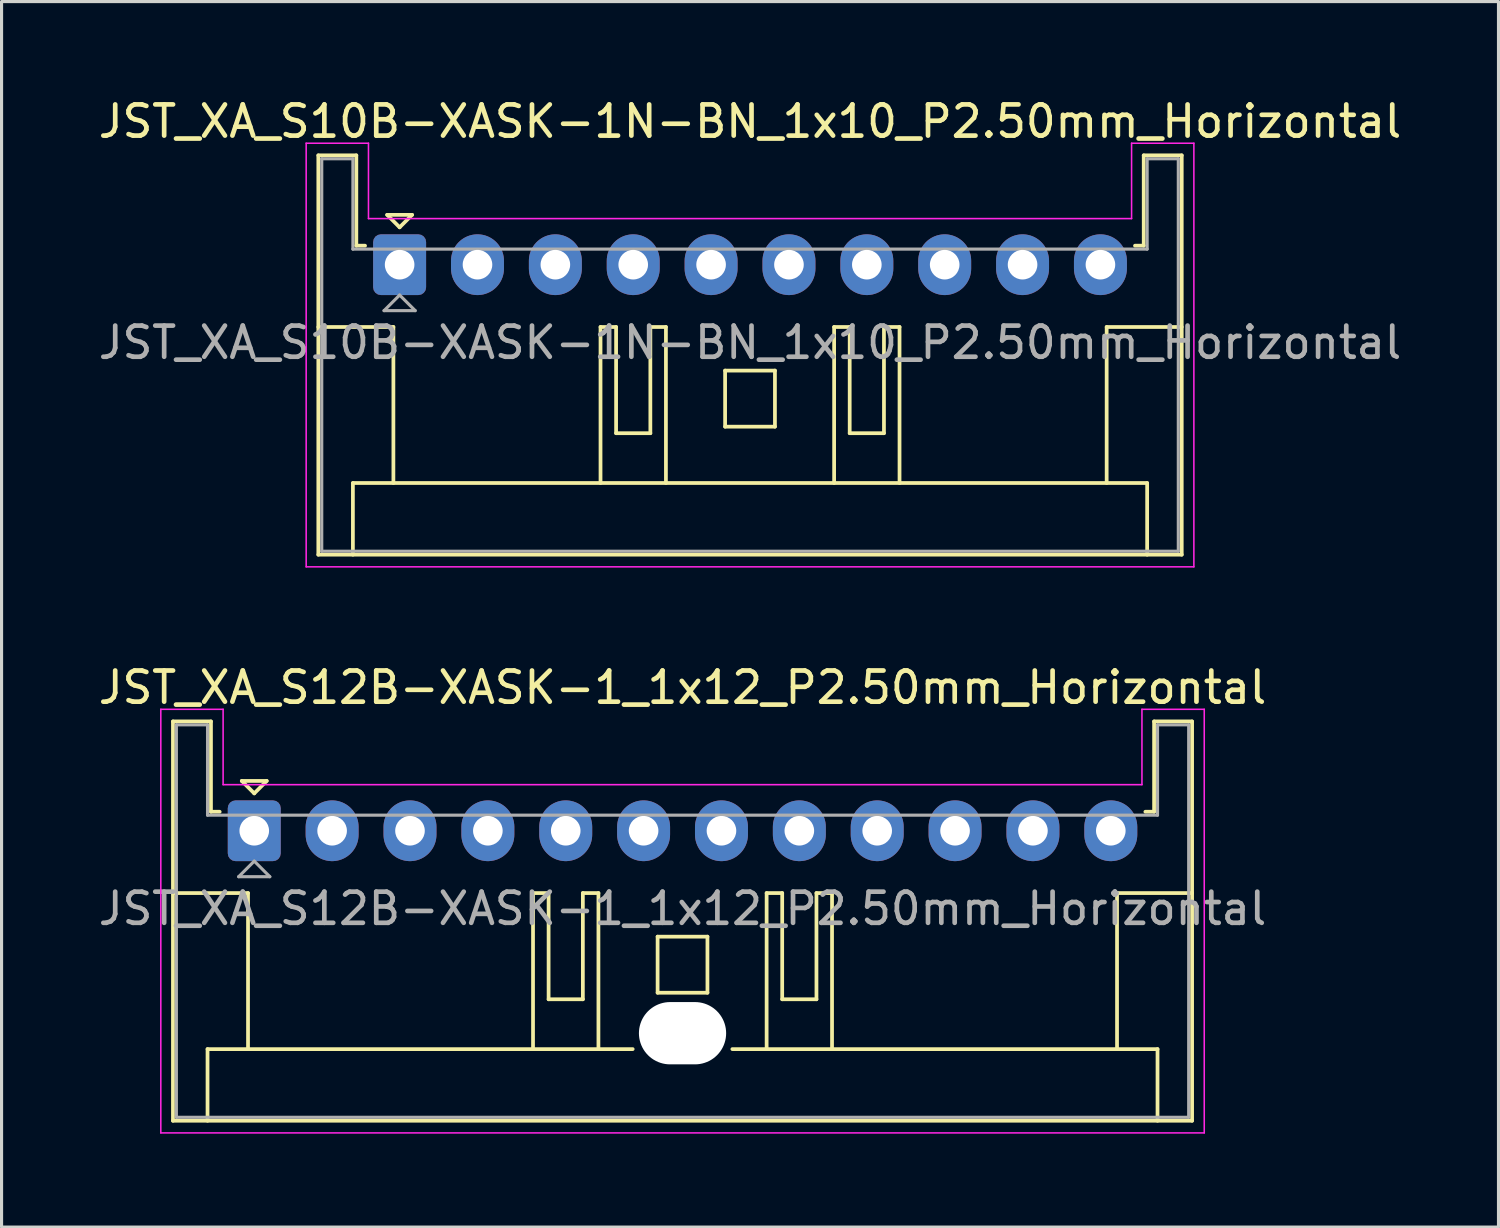
<source format=kicad_pcb>
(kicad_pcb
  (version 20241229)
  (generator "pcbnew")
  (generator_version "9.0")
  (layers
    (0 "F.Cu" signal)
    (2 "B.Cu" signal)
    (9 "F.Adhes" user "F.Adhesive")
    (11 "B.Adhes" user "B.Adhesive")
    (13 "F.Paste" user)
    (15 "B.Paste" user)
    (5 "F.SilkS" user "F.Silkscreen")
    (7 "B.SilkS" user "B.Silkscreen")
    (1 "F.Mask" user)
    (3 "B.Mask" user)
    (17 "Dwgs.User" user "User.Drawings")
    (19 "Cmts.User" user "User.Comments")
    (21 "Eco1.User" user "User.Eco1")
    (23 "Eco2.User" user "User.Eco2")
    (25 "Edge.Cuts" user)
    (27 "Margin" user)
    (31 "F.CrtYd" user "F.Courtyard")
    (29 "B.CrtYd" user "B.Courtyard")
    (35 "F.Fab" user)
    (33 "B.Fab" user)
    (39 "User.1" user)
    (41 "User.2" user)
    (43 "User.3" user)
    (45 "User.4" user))
  (footprint "JST_XA_S10B-XASK-1N-BN_1x10_P2.50mm_Horizontal"
    (layer "F.Cu")
    (at 9.78 5.448)
    (property "Reference" "JST_XA_S10B-XASK-1N-BN_1x10_P2.50mm_Horizontal" (at 11.25 -4.6 0) (layer "F.SilkS") (effects (font (size 1 1) (thickness 0.15))))
    (attr through_hole)
    (fp_line (start -2.61 -3.51) (end -2.61 9.31) (stroke (width 0.12) (type solid)) (layer "F.SilkS"))
    (fp_line (start -2.61 9.31) (end 25.11 9.31) (stroke (width 0.12) (type solid)) (layer "F.SilkS"))
    (fp_line (start -1.5 7.01) (end 24 7.01) (stroke (width 0.12) (type solid)) (layer "F.SilkS"))
    (fp_line (start -1.5 9.31) (end -1.5 7.01) (stroke (width 0.12) (type solid)) (layer "F.SilkS"))
    (fp_line (start -1.39 -3.51) (end -2.61 -3.51) (stroke (width 0.12) (type solid)) (layer "F.SilkS"))
    (fp_line (start -1.39 -0.61) (end -1.39 -3.51) (stroke (width 0.12) (type solid)) (layer "F.SilkS"))
    (fp_line (start -1.11 -0.61) (end -1.39 -0.61) (stroke (width 0.12) (type solid)) (layer "F.SilkS"))
    (fp_line (start -0.4 -1.6) (end 0.4 -1.6) (stroke (width 0.12) (type solid)) (layer "F.SilkS"))
    (fp_line (start -0.2 2) (end -2.61 2) (stroke (width 0.12) (type solid)) (layer "F.SilkS"))
    (fp_line (start -0.2 7.01) (end -0.2 2) (stroke (width 0.12) (type solid)) (layer "F.SilkS"))
    (fp_line (start 0 -1.2) (end -0.4 -1.6) (stroke (width 0.12) (type solid)) (layer "F.SilkS"))
    (fp_line (start 0.4 -1.6) (end 0 -1.2) (stroke (width 0.12) (type solid)) (layer "F.SilkS"))
    (fp_line (start 6.45 2) (end 6.45 7.01) (stroke (width 0.12) (type solid)) (layer "F.SilkS"))
    (fp_line (start 6.95 2) (end 6.45 2) (stroke (width 0.12) (type solid)) (layer "F.SilkS"))
    (fp_line (start 6.95 5.41) (end 6.95 2) (stroke (width 0.12) (type solid)) (layer "F.SilkS"))
    (fp_line (start 8.05 2) (end 8.05 5.41) (stroke (width 0.12) (type solid)) (layer "F.SilkS"))
    (fp_line (start 8.05 5.41) (end 6.95 5.41) (stroke (width 0.12) (type solid)) (layer "F.SilkS"))
    (fp_line (start 8.55 2) (end 8.05 2) (stroke (width 0.12) (type solid)) (layer "F.SilkS"))
    (fp_line (start 8.55 7.01) (end 8.55 2) (stroke (width 0.12) (type solid)) (layer "F.SilkS"))
    (fp_line (start 10.45 3.4) (end 12.05 3.4) (stroke (width 0.12) (type solid)) (layer "F.SilkS"))
    (fp_line (start 10.45 5.2) (end 10.45 3.4) (stroke (width 0.12) (type solid)) (layer "F.SilkS"))
    (fp_line (start 12.05 3.4) (end 12.05 5.2) (stroke (width 0.12) (type solid)) (layer "F.SilkS"))
    (fp_line (start 12.05 5.2) (end 10.45 5.2) (stroke (width 0.12) (type solid)) (layer "F.SilkS"))
    (fp_line (start 13.95 2) (end 14.45 2) (stroke (width 0.12) (type solid)) (layer "F.SilkS"))
    (fp_line (start 13.95 7.01) (end 13.95 2) (stroke (width 0.12) (type solid)) (layer "F.SilkS"))
    (fp_line (start 14.45 2) (end 14.45 5.41) (stroke (width 0.12) (type solid)) (layer "F.SilkS"))
    (fp_line (start 14.45 5.41) (end 15.55 5.41) (stroke (width 0.12) (type solid)) (layer "F.SilkS"))
    (fp_line (start 15.55 2) (end 16.05 2) (stroke (width 0.12) (type solid)) (layer "F.SilkS"))
    (fp_line (start 15.55 5.41) (end 15.55 2) (stroke (width 0.12) (type solid)) (layer "F.SilkS"))
    (fp_line (start 16.05 2) (end 16.05 7.01) (stroke (width 0.12) (type solid)) (layer "F.SilkS"))
    (fp_line (start 22.7 2) (end 25.11 2) (stroke (width 0.12) (type solid)) (layer "F.SilkS"))
    (fp_line (start 22.7 7.01) (end 22.7 2) (stroke (width 0.12) (type solid)) (layer "F.SilkS"))
    (fp_line (start 23.89 -3.51) (end 23.89 -0.61) (stroke (width 0.12) (type solid)) (layer "F.SilkS"))
    (fp_line (start 23.89 -0.61) (end 23.61 -0.61) (stroke (width 0.12) (type solid)) (layer "F.SilkS"))
    (fp_line (start 24 7.01) (end 24 9.31) (stroke (width 0.12) (type solid)) (layer "F.SilkS"))
    (fp_line (start 25.11 -3.51) (end 23.89 -3.51) (stroke (width 0.12) (type solid)) (layer "F.SilkS"))
    (fp_line (start 25.11 9.31) (end 25.11 -3.51) (stroke (width 0.12) (type solid)) (layer "F.SilkS"))
    (fp_line (start -3 -3.9) (end -1 -3.9) (stroke (width 0.05) (type solid)) (layer "F.CrtYd"))
    (fp_line (start -3 9.7) (end -3 -3.9) (stroke (width 0.05) (type solid)) (layer "F.CrtYd"))
    (fp_line (start -1 -3.9) (end -1 -1.48) (stroke (width 0.05) (type solid)) (layer "F.CrtYd"))
    (fp_line (start -1 -1.48) (end 23.5 -1.48) (stroke (width 0.05) (type solid)) (layer "F.CrtYd"))
    (fp_line (start 23.5 -3.9) (end 25.5 -3.9) (stroke (width 0.05) (type solid)) (layer "F.CrtYd"))
    (fp_line (start 23.5 -1.48) (end 23.5 -3.9) (stroke (width 0.05) (type solid)) (layer "F.CrtYd"))
    (fp_line (start 25.5 -3.9) (end 25.5 9.7) (stroke (width 0.05) (type solid)) (layer "F.CrtYd"))
    (fp_line (start 25.5 9.7) (end -3 9.7) (stroke (width 0.05) (type solid)) (layer "F.CrtYd"))
    (fp_line (start -2.5 -3.4) (end -2.5 9.2) (stroke (width 0.1) (type solid)) (layer "F.Fab"))
    (fp_line (start -2.5 9.2) (end 25 9.2) (stroke (width 0.1) (type solid)) (layer "F.Fab"))
    (fp_line (start -1.5 -3.4) (end -2.5 -3.4) (stroke (width 0.1) (type solid)) (layer "F.Fab"))
    (fp_line (start -1.5 -0.5) (end -1.5 -3.4) (stroke (width 0.1) (type solid)) (layer "F.Fab"))
    (fp_line (start -0.5 1.475) (end 0.5 1.475) (stroke (width 0.1) (type solid)) (layer "F.Fab"))
    (fp_line (start 0 0.975) (end -0.5 1.475) (stroke (width 0.1) (type solid)) (layer "F.Fab"))
    (fp_line (start 0.5 1.475) (end 0 0.975) (stroke (width 0.1) (type solid)) (layer "F.Fab"))
    (fp_line (start 24 -3.4) (end 24 -0.5) (stroke (width 0.1) (type solid)) (layer "F.Fab"))
    (fp_line (start 24 -0.5) (end -1.5 -0.5) (stroke (width 0.1) (type solid)) (layer "F.Fab"))
    (fp_line (start 25 -3.4) (end 24 -3.4) (stroke (width 0.1) (type solid)) (layer "F.Fab"))
    (fp_line (start 25 9.2) (end 25 -3.4) (stroke (width 0.1) (type solid)) (layer "F.Fab"))
    (fp_text user "${REFERENCE}" (at 11.25 2.5 0) (layer "F.Fab") (effects (font (size 1 1) (thickness 0.15))))
    (pad "1" thru_hole roundrect (at 0 0) (size 1.7 1.95) (drill 0.95) (layers "*.Cu" "*.Mask") (roundrect_rratio 0.147))
    (pad "2" thru_hole oval (at 2.5 0) (size 1.7 1.95) (drill 0.95) (layers "*.Cu" "*.Mask"))
    (pad "3" thru_hole oval (at 5 0) (size 1.7 1.95) (drill 0.95) (layers "*.Cu" "*.Mask"))
    (pad "4" thru_hole oval (at 7.5 0) (size 1.7 1.95) (drill 0.95) (layers "*.Cu" "*.Mask"))
    (pad "5" thru_hole oval (at 10 0) (size 1.7 1.95) (drill 0.95) (layers "*.Cu" "*.Mask"))
    (pad "6" thru_hole oval (at 12.5 0) (size 1.7 1.95) (drill 0.95) (layers "*.Cu" "*.Mask"))
    (pad "7" thru_hole oval (at 15 0) (size 1.7 1.95) (drill 0.95) (layers "*.Cu" "*.Mask"))
    (pad "8" thru_hole oval (at 17.5 0) (size 1.7 1.95) (drill 0.95) (layers "*.Cu" "*.Mask"))
    (pad "9" thru_hole oval (at 20 0) (size 1.7 1.95) (drill 0.95) (layers "*.Cu" "*.Mask"))
    (pad "10" thru_hole oval (at 22.5 0) (size 1.7 1.95) (drill 0.95) (layers "*.Cu" "*.Mask")))
  (footprint "JST_XA_S12B-XASK-1_1x12_P2.50mm_Horizontal"
    (layer "F.Cu")
    (at 5.113 23.622)
    (property "Reference" "JST_XA_S12B-XASK-1_1x12_P2.50mm_Horizontal" (at 13.75 -4.6 0) (layer "F.SilkS") (effects (font (size 1 1) (thickness 0.15))))
    (attr through_hole)
    (fp_line (start -2.61 -3.51) (end -2.61 9.31) (stroke (width 0.12) (type solid)) (layer "F.SilkS"))
    (fp_line (start -2.61 9.31) (end 30.11 9.31) (stroke (width 0.12) (type solid)) (layer "F.SilkS"))
    (fp_line (start -1.5 7.01) (end 12.15 7.01) (stroke (width 0.12) (type solid)) (layer "F.SilkS"))
    (fp_line (start -1.5 9.31) (end -1.5 7.01) (stroke (width 0.12) (type solid)) (layer "F.SilkS"))
    (fp_line (start -1.39 -3.51) (end -2.61 -3.51) (stroke (width 0.12) (type solid)) (layer "F.SilkS"))
    (fp_line (start -1.39 -0.61) (end -1.39 -3.51) (stroke (width 0.12) (type solid)) (layer "F.SilkS"))
    (fp_line (start -1.11 -0.61) (end -1.39 -0.61) (stroke (width 0.12) (type solid)) (layer "F.SilkS"))
    (fp_line (start -0.4 -1.6) (end 0.4 -1.6) (stroke (width 0.12) (type solid)) (layer "F.SilkS"))
    (fp_line (start -0.2 2) (end -2.61 2) (stroke (width 0.12) (type solid)) (layer "F.SilkS"))
    (fp_line (start -0.2 7.01) (end -0.2 2) (stroke (width 0.12) (type solid)) (layer "F.SilkS"))
    (fp_line (start 0 -1.2) (end -0.4 -1.6) (stroke (width 0.12) (type solid)) (layer "F.SilkS"))
    (fp_line (start 0.4 -1.6) (end 0 -1.2) (stroke (width 0.12) (type solid)) (layer "F.SilkS"))
    (fp_line (start 8.95 2) (end 8.95 7.01) (stroke (width 0.12) (type solid)) (layer "F.SilkS"))
    (fp_line (start 9.45 2) (end 8.95 2) (stroke (width 0.12) (type solid)) (layer "F.SilkS"))
    (fp_line (start 9.45 5.41) (end 9.45 2) (stroke (width 0.12) (type solid)) (layer "F.SilkS"))
    (fp_line (start 10.55 2) (end 10.55 5.41) (stroke (width 0.12) (type solid)) (layer "F.SilkS"))
    (fp_line (start 10.55 5.41) (end 9.45 5.41) (stroke (width 0.12) (type solid)) (layer "F.SilkS"))
    (fp_line (start 11.05 2) (end 10.55 2) (stroke (width 0.12) (type solid)) (layer "F.SilkS"))
    (fp_line (start 11.05 7.01) (end 11.05 2) (stroke (width 0.12) (type solid)) (layer "F.SilkS"))
    (fp_line (start 12.95 3.4) (end 14.55 3.4) (stroke (width 0.12) (type solid)) (layer "F.SilkS"))
    (fp_line (start 12.95 5.2) (end 12.95 3.4) (stroke (width 0.12) (type solid)) (layer "F.SilkS"))
    (fp_line (start 14.55 3.4) (end 14.55 5.2) (stroke (width 0.12) (type solid)) (layer "F.SilkS"))
    (fp_line (start 14.55 5.2) (end 12.95 5.2) (stroke (width 0.12) (type solid)) (layer "F.SilkS"))
    (fp_line (start 15.35 7.01) (end 29 7.01) (stroke (width 0.12) (type solid)) (layer "F.SilkS"))
    (fp_line (start 16.45 2) (end 16.95 2) (stroke (width 0.12) (type solid)) (layer "F.SilkS"))
    (fp_line (start 16.45 7.01) (end 16.45 2) (stroke (width 0.12) (type solid)) (layer "F.SilkS"))
    (fp_line (start 16.95 2) (end 16.95 5.41) (stroke (width 0.12) (type solid)) (layer "F.SilkS"))
    (fp_line (start 16.95 5.41) (end 18.05 5.41) (stroke (width 0.12) (type solid)) (layer "F.SilkS"))
    (fp_line (start 18.05 2) (end 18.55 2) (stroke (width 0.12) (type solid)) (layer "F.SilkS"))
    (fp_line (start 18.05 5.41) (end 18.05 2) (stroke (width 0.12) (type solid)) (layer "F.SilkS"))
    (fp_line (start 18.55 2) (end 18.55 7.01) (stroke (width 0.12) (type solid)) (layer "F.SilkS"))
    (fp_line (start 27.7 2) (end 30.11 2) (stroke (width 0.12) (type solid)) (layer "F.SilkS"))
    (fp_line (start 27.7 7.01) (end 27.7 2) (stroke (width 0.12) (type solid)) (layer "F.SilkS"))
    (fp_line (start 28.89 -3.51) (end 28.89 -0.61) (stroke (width 0.12) (type solid)) (layer "F.SilkS"))
    (fp_line (start 28.89 -0.61) (end 28.61 -0.61) (stroke (width 0.12) (type solid)) (layer "F.SilkS"))
    (fp_line (start 29 7.01) (end 29 9.31) (stroke (width 0.12) (type solid)) (layer "F.SilkS"))
    (fp_line (start 30.11 -3.51) (end 28.89 -3.51) (stroke (width 0.12) (type solid)) (layer "F.SilkS"))
    (fp_line (start 30.11 9.31) (end 30.11 -3.51) (stroke (width 0.12) (type solid)) (layer "F.SilkS"))
    (fp_line (start -3 -3.9) (end -1 -3.9) (stroke (width 0.05) (type solid)) (layer "F.CrtYd"))
    (fp_line (start -3 9.7) (end -3 -3.9) (stroke (width 0.05) (type solid)) (layer "F.CrtYd"))
    (fp_line (start -1 -3.9) (end -1 -1.48) (stroke (width 0.05) (type solid)) (layer "F.CrtYd"))
    (fp_line (start -1 -1.48) (end 28.5 -1.48) (stroke (width 0.05) (type solid)) (layer "F.CrtYd"))
    (fp_line (start 28.5 -3.9) (end 30.5 -3.9) (stroke (width 0.05) (type solid)) (layer "F.CrtYd"))
    (fp_line (start 28.5 -1.48) (end 28.5 -3.9) (stroke (width 0.05) (type solid)) (layer "F.CrtYd"))
    (fp_line (start 30.5 -3.9) (end 30.5 9.7) (stroke (width 0.05) (type solid)) (layer "F.CrtYd"))
    (fp_line (start 30.5 9.7) (end -3 9.7) (stroke (width 0.05) (type solid)) (layer "F.CrtYd"))
    (fp_line (start -2.5 -3.4) (end -2.5 9.2) (stroke (width 0.1) (type solid)) (layer "F.Fab"))
    (fp_line (start -2.5 9.2) (end 30 9.2) (stroke (width 0.1) (type solid)) (layer "F.Fab"))
    (fp_line (start -1.5 -3.4) (end -2.5 -3.4) (stroke (width 0.1) (type solid)) (layer "F.Fab"))
    (fp_line (start -1.5 -0.5) (end -1.5 -3.4) (stroke (width 0.1) (type solid)) (layer "F.Fab"))
    (fp_line (start -0.5 1.475) (end 0.5 1.475) (stroke (width 0.1) (type solid)) (layer "F.Fab"))
    (fp_line (start 0 0.975) (end -0.5 1.475) (stroke (width 0.1) (type solid)) (layer "F.Fab"))
    (fp_line (start 0.5 1.475) (end 0 0.975) (stroke (width 0.1) (type solid)) (layer "F.Fab"))
    (fp_line (start 29 -3.4) (end 29 -0.5) (stroke (width 0.1) (type solid)) (layer "F.Fab"))
    (fp_line (start 29 -0.5) (end -1.5 -0.5) (stroke (width 0.1) (type solid)) (layer "F.Fab"))
    (fp_line (start 30 -3.4) (end 29 -3.4) (stroke (width 0.1) (type solid)) (layer "F.Fab"))
    (fp_line (start 30 9.2) (end 30 -3.4) (stroke (width 0.1) (type solid)) (layer "F.Fab"))
    (fp_text user "${REFERENCE}" (at 13.75 2.5 0) (layer "F.Fab") (effects (font (size 1 1) (thickness 0.15))))
    (pad "" np_thru_hole oval (at 13.75 6.5) (size 2.8 2) (drill oval 2.8 2) (layers "*.Cu" "*.Mask"))
    (pad "1" thru_hole roundrect (at 0 0) (size 1.7 1.95) (drill 0.95) (layers "*.Cu" "*.Mask") (roundrect_rratio 0.147))
    (pad "2" thru_hole oval (at 2.5 0) (size 1.7 1.95) (drill 0.95) (layers "*.Cu" "*.Mask"))
    (pad "3" thru_hole oval (at 5 0) (size 1.7 1.95) (drill 0.95) (layers "*.Cu" "*.Mask"))
    (pad "4" thru_hole oval (at 7.5 0) (size 1.7 1.95) (drill 0.95) (layers "*.Cu" "*.Mask"))
    (pad "5" thru_hole oval (at 10 0) (size 1.7 1.95) (drill 0.95) (layers "*.Cu" "*.Mask"))
    (pad "6" thru_hole oval (at 12.5 0) (size 1.7 1.95) (drill 0.95) (layers "*.Cu" "*.Mask"))
    (pad "7" thru_hole oval (at 15 0) (size 1.7 1.95) (drill 0.95) (layers "*.Cu" "*.Mask"))
    (pad "8" thru_hole oval (at 17.5 0) (size 1.7 1.95) (drill 0.95) (layers "*.Cu" "*.Mask"))
    (pad "9" thru_hole oval (at 20 0) (size 1.7 1.95) (drill 0.95) (layers "*.Cu" "*.Mask"))
    (pad "10" thru_hole oval (at 22.5 0) (size 1.7 1.95) (drill 0.95) (layers "*.Cu" "*.Mask"))
    (pad "11" thru_hole oval (at 25 0) (size 1.7 1.95) (drill 0.95) (layers "*.Cu" "*.Mask"))
    (pad "12" thru_hole oval (at 27.5 0) (size 1.7 1.95) (drill 0.95) (layers "*.Cu" "*.Mask")))
  (gr_rect
    (start -3 -3)
    (end 45.06 36.346)
    (stroke (width 0.1) (type default))
    (fill no)
    (layer "Edge.Cuts")))
</source>
